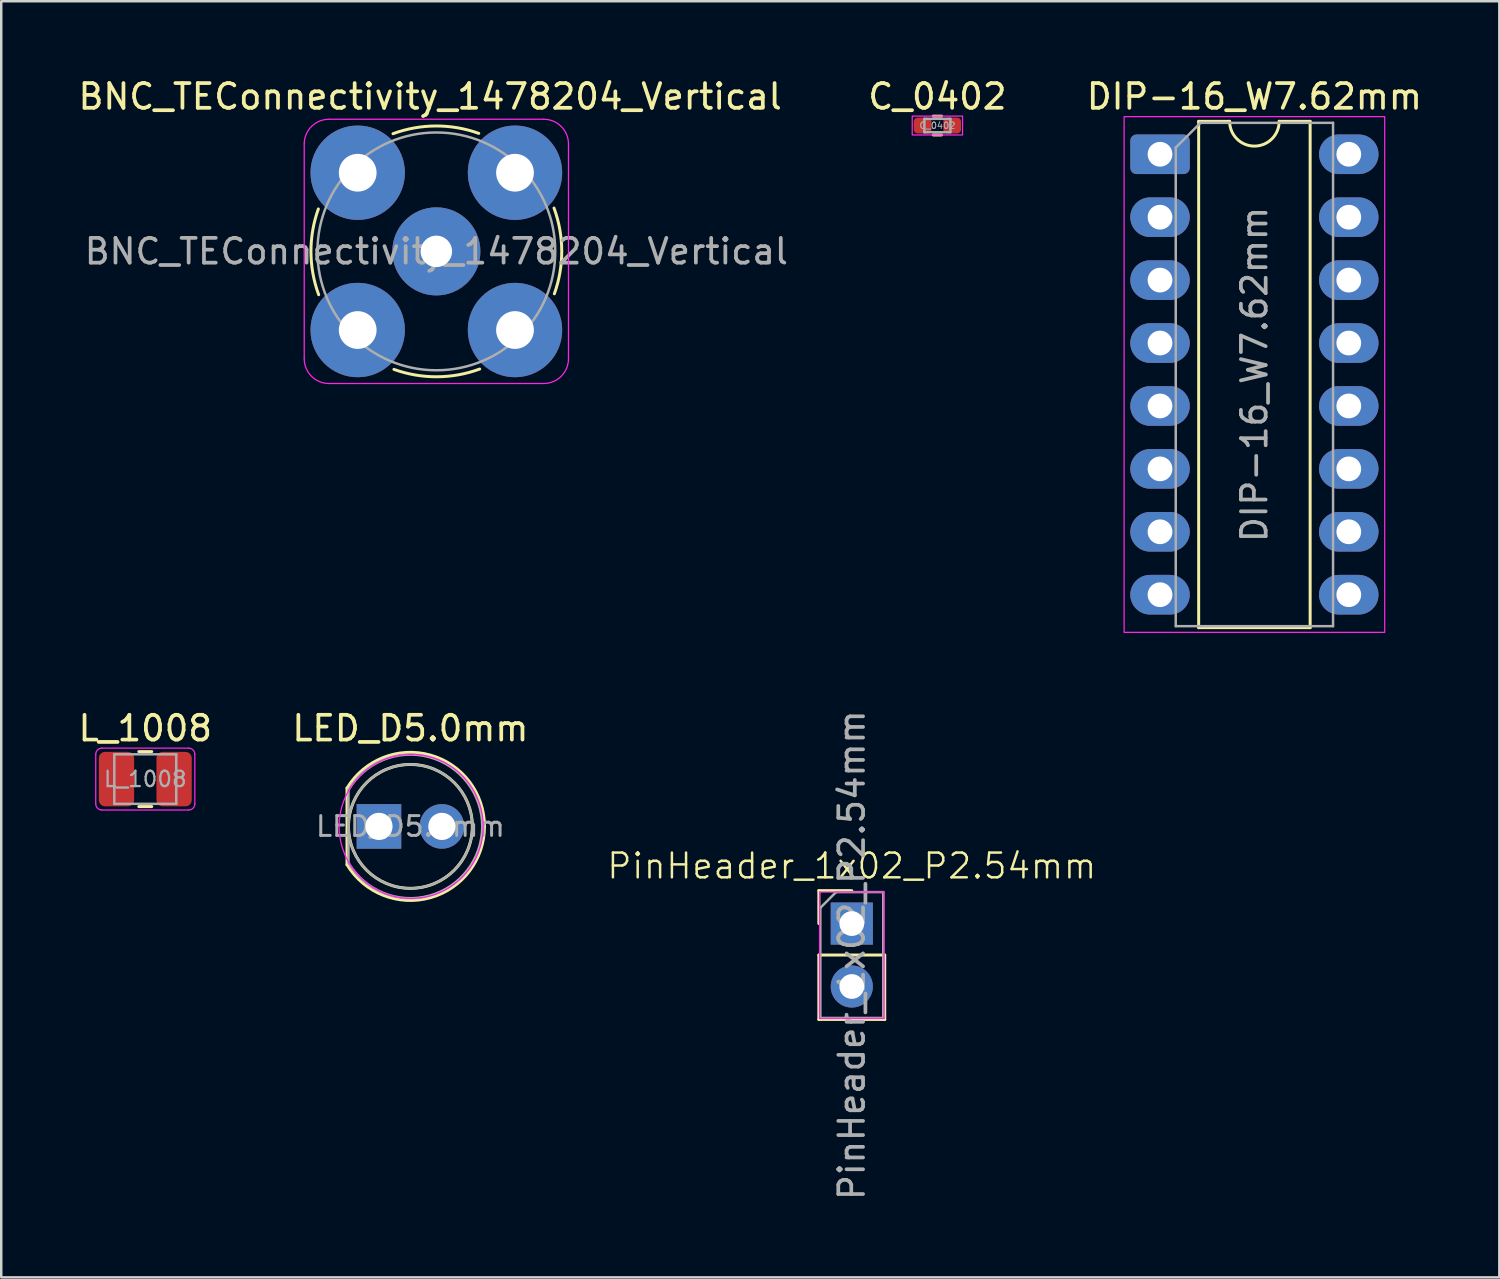
<source format=kicad_pcb>
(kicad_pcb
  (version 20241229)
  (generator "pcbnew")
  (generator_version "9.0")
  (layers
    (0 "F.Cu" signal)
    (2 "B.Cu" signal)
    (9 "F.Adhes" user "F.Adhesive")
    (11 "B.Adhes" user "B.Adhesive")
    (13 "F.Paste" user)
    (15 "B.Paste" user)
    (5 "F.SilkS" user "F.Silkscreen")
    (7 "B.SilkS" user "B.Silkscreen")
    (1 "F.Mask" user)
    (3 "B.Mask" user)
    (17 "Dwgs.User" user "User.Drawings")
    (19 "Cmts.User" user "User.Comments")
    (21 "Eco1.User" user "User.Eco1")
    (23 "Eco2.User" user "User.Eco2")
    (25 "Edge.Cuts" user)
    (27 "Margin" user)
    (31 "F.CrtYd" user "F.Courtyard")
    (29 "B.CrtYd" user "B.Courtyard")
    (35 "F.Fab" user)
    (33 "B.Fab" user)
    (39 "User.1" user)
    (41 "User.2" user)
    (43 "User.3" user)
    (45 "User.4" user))
  (footprint "LED_D5.0mm"
    (layer "F.Cu")
    (at 12.248 30.311)
    (property "Reference" "LED_D5.0mm" (at 1.27 -3.96 0) (layer "F.SilkS") (effects (font (size 1 1) (thickness 0.15))))
    (attr through_hole)
    (fp_line (start -1.29 -1.545) (end -1.29 1.545) (stroke (width 0.12) (type solid)) (layer "F.SilkS"))
    (fp_arc (start -1.29 -1.54483) (mid 2.071779 -2.880495) (end 4.26 0) (stroke (width 0.12) (type solid)) (layer "F.SilkS"))
    (fp_arc (start 4.26 0) (mid 2.071779 2.880495) (end -1.29 1.54483) (stroke (width 0.12) (type solid)) (layer "F.SilkS"))
    (fp_circle (center 1.27 0) (end 3.77 0) (stroke (width 0.12) (type solid)) (fill no) (layer "F.SilkS"))
    (fp_circle (center 1.3 0) (end 3.5 1.9) (stroke (width 0.05) (type default)) (fill no) (layer "F.CrtYd"))
    (fp_line (start -1.23 -1.47) (end -1.23 1.47) (stroke (width 0.1) (type solid)) (layer "F.Fab"))
    (fp_arc (start -1.23 -1.469694) (mid 4.17 0) (end -1.23 1.469694) (stroke (width 0.1) (type solid)) (layer "F.Fab"))
    (fp_circle (center 1.27 0) (end 3.77 0) (stroke (width 0.1) (type solid)) (fill no) (layer "F.Fab"))
    (fp_text user "${REFERENCE}" (at 1.27 0 0) (layer "F.Fab") (effects (font (size 0.8 0.8) (thickness 0.12))))
    (pad "1" thru_hole rect (at 0 0) (size 1.8 1.8) (drill 1.1) (layers "*.Cu" "*.Mask"))
    (pad "2" thru_hole circle (at 2.54 0) (size 1.8 1.8) (drill 1.1) (layers "*.Cu" "*.Mask")))
  (footprint "L_1008"
    (layer "F.Cu")
    (at 2.815 28.401)
    (property "Reference" "L_1008" (at 0 -2.05 0) (layer "F.SilkS") (effects (font (size 1 1) (thickness 0.15))))
    (attr smd)
    (fp_line (start -0.261 -1.11) (end 0.261 -1.11) (stroke (width 0.12) (type solid)) (layer "F.SilkS"))
    (fp_line (start -0.261 1.11) (end 0.261 1.11) (stroke (width 0.12) (type solid)) (layer "F.SilkS"))
    (fp_line (start -2 1) (end -2 -1) (stroke (width 0.05) (type default)) (layer "F.CrtYd"))
    (fp_line (start -1.75 -1.25) (end 1.75 -1.25) (stroke (width 0.05) (type default)) (layer "F.CrtYd"))
    (fp_line (start 1.75 1.25) (end -1.75 1.25) (stroke (width 0.05) (type default)) (layer "F.CrtYd"))
    (fp_line (start 2 -1) (end 2 1) (stroke (width 0.05) (type default)) (layer "F.CrtYd"))
    (fp_arc (start -2 -1) (mid -1.926777 -1.176777) (end -1.75 -1.25) (stroke (width 0.05) (type default)) (layer "F.CrtYd"))
    (fp_arc (start -1.75 1.25) (mid -1.926777 1.176777) (end -2 1) (stroke (width 0.05) (type default)) (layer "F.CrtYd"))
    (fp_arc (start 1.75 -1.25) (mid 1.926777 -1.176777) (end 2 -1) (stroke (width 0.05) (type default)) (layer "F.CrtYd"))
    (fp_arc (start 2 1) (mid 1.926777 1.176777) (end 1.75 1.25) (stroke (width 0.05) (type default)) (layer "F.CrtYd"))
    (fp_line (start -1.25 -1) (end 1.25 -1) (stroke (width 0.1) (type solid)) (layer "F.Fab"))
    (fp_line (start -1.25 1) (end -1.25 -1) (stroke (width 0.1) (type solid)) (layer "F.Fab"))
    (fp_line (start 1.25 -1) (end 1.25 1) (stroke (width 0.1) (type solid)) (layer "F.Fab"))
    (fp_line (start 1.25 1) (end -1.25 1) (stroke (width 0.1) (type solid)) (layer "F.Fab"))
    (fp_text user "${REFERENCE}" (at 0 0 0) (layer "F.Fab") (effects (font (size 0.62 0.62) (thickness 0.09))))
    (pad "1" smd roundrect (at -1.163 0) (size 1.425 2.2) (layers "F.Cu" "F.Mask" "F.Paste") (roundrect_rratio 0.175))
    (pad "2" smd roundrect (at 1.163 0) (size 1.425 2.2) (layers "F.Cu" "F.Mask" "F.Paste") (roundrect_rratio 0.175)))
  (footprint "DIP-16_W7.62mm"
    (layer "F.Cu")
    (at 43.779 3.178)
    (property "Reference" "DIP-16_W7.62mm" (at 3.81 -2.33 0) (layer "F.SilkS") (effects (font (size 1 1) (thickness 0.15))))
    (attr through_hole)
    (fp_line (start 1.56 -1.33) (end 1.56 19.11) (stroke (width 0.12) (type solid)) (layer "F.SilkS"))
    (fp_line (start 1.56 19.11) (end 6.06 19.11) (stroke (width 0.12) (type solid)) (layer "F.SilkS"))
    (fp_line (start 2.81 -1.33) (end 1.56 -1.33) (stroke (width 0.12) (type solid)) (layer "F.SilkS"))
    (fp_line (start 6.06 -1.33) (end 4.81 -1.33) (stroke (width 0.12) (type solid)) (layer "F.SilkS"))
    (fp_line (start 6.06 19.11) (end 6.06 -1.33) (stroke (width 0.12) (type solid)) (layer "F.SilkS"))
    (fp_arc (start 4.81 -1.33) (mid 3.81 -0.33) (end 2.81 -1.33) (stroke (width 0.12) (type solid)) (layer "F.SilkS"))
    (fp_rect (start -1.45 -1.52) (end 9.07 19.3) (stroke (width 0.05) (type solid)) (fill no) (layer "F.CrtYd"))
    (fp_line (start 0.635 -0.27) (end 1.635 -1.27) (stroke (width 0.1) (type solid)) (layer "F.Fab"))
    (fp_line (start 0.635 19.05) (end 0.635 -0.27) (stroke (width 0.1) (type solid)) (layer "F.Fab"))
    (fp_line (start 1.635 -1.27) (end 6.985 -1.27) (stroke (width 0.1) (type solid)) (layer "F.Fab"))
    (fp_line (start 6.985 -1.27) (end 6.985 19.05) (stroke (width 0.1) (type solid)) (layer "F.Fab"))
    (fp_line (start 6.985 19.05) (end 0.635 19.05) (stroke (width 0.1) (type solid)) (layer "F.Fab"))
    (fp_text user "${REFERENCE}" (at 3.81 8.89 90) (layer "F.Fab") (effects (font (size 1 1) (thickness 0.15))))
    (pad "1" thru_hole roundrect (at 0 0) (size 2.4 1.6) (drill 1) (layers "*.Cu" "*.Mask") (roundrect_rratio 0.156))
    (pad "2" thru_hole oval (at 0 2.54) (size 2.4 1.6) (drill 1) (layers "*.Cu" "*.Mask"))
    (pad "3" thru_hole oval (at 0 5.08) (size 2.4 1.6) (drill 1) (layers "*.Cu" "*.Mask"))
    (pad "4" thru_hole oval (at 0 7.62) (size 2.4 1.6) (drill 1) (layers "*.Cu" "*.Mask"))
    (pad "5" thru_hole oval (at 0 10.16) (size 2.4 1.6) (drill 1) (layers "*.Cu" "*.Mask"))
    (pad "6" thru_hole oval (at 0 12.7) (size 2.4 1.6) (drill 1) (layers "*.Cu" "*.Mask"))
    (pad "7" thru_hole oval (at 0 15.24) (size 2.4 1.6) (drill 1) (layers "*.Cu" "*.Mask"))
    (pad "8" thru_hole oval (at 0 17.78) (size 2.4 1.6) (drill 1) (layers "*.Cu" "*.Mask"))
    (pad "9" thru_hole oval (at 7.62 17.78) (size 2.4 1.6) (drill 1) (layers "*.Cu" "*.Mask"))
    (pad "10" thru_hole oval (at 7.62 15.24) (size 2.4 1.6) (drill 1) (layers "*.Cu" "*.Mask"))
    (pad "11" thru_hole oval (at 7.62 12.7) (size 2.4 1.6) (drill 1) (layers "*.Cu" "*.Mask"))
    (pad "12" thru_hole oval (at 7.62 10.16) (size 2.4 1.6) (drill 1) (layers "*.Cu" "*.Mask"))
    (pad "13" thru_hole oval (at 7.62 7.62) (size 2.4 1.6) (drill 1) (layers "*.Cu" "*.Mask"))
    (pad "14" thru_hole oval (at 7.62 5.08) (size 2.4 1.6) (drill 1) (layers "*.Cu" "*.Mask"))
    (pad "15" thru_hole oval (at 7.62 2.54) (size 2.4 1.6) (drill 1) (layers "*.Cu" "*.Mask"))
    (pad "16" thru_hole oval (at 7.62 0) (size 2.4 1.6) (drill 1) (layers "*.Cu" "*.Mask")))
  (footprint "C_0402"
    (layer "F.Cu")
    (at 34.792 2.018)
    (property "Reference" "C_0402" (at 0 -1.17 0) (layer "F.SilkS") (effects (font (size 1 1) (thickness 0.15))))
    (attr smd)
    (fp_line (start -0.168 -0.38) (end 0.168 -0.38) (stroke (width 0.12) (type solid)) (layer "F.SilkS"))
    (fp_line (start -0.168 0.38) (end 0.168 0.38) (stroke (width 0.12) (type solid)) (layer "F.SilkS"))
    (fp_rect (start -1.016 -0.381) (end 1.016 0.381) (stroke (width 0.05) (type default)) (fill no) (layer "F.CrtYd"))
    (fp_line (start -0.525 -0.27) (end 0.525 -0.27) (stroke (width 0.1) (type solid)) (layer "F.Fab"))
    (fp_line (start -0.525 0.27) (end -0.525 -0.27) (stroke (width 0.1) (type solid)) (layer "F.Fab"))
    (fp_line (start 0.525 -0.27) (end 0.525 0.27) (stroke (width 0.1) (type solid)) (layer "F.Fab"))
    (fp_line (start 0.525 0.27) (end -0.525 0.27) (stroke (width 0.1) (type solid)) (layer "F.Fab"))
    (fp_text user "${REFERENCE}" (at 0 0 0) (layer "F.Fab") (effects (font (size 0.26 0.26) (thickness 0.04))))
    (pad "1" smd roundrect (at -0.598 0) (size 0.715 0.64) (layers "F.Cu" "F.Mask" "F.Paste") (roundrect_rratio 0.25))
    (pad "2" smd roundrect (at 0.598 0) (size 0.715 0.64) (layers "F.Cu" "F.Mask" "F.Paste") (roundrect_rratio 0.25)))
  (footprint "PinHeader_1x02_P2.54mm"
    (layer "F.Cu")
    (at 31.336 35.509)
    (property "Reference" "PinHeader_1x02_P2.54mm" (at 0 -3.6 0) (unlocked yes) (layer "F.SilkS") (effects (font (size 1 1) (thickness 0.1))))
    (attr through_hole)
    (fp_line (start -1.33 -2.605) (end 0 -2.605) (stroke (width 0.12) (type solid)) (layer "F.SilkS"))
    (fp_line (start -1.33 -1.275) (end -1.33 -2.605) (stroke (width 0.12) (type solid)) (layer "F.SilkS"))
    (fp_line (start -1.33 -0.005) (end -1.33 2.595) (stroke (width 0.12) (type solid)) (layer "F.SilkS"))
    (fp_line (start -1.33 -0.005) (end 1.33 -0.005) (stroke (width 0.12) (type solid)) (layer "F.SilkS"))
    (fp_line (start -1.33 2.595) (end 1.33 2.595) (stroke (width 0.12) (type solid)) (layer "F.SilkS"))
    (fp_line (start 1.33 -0.005) (end 1.33 2.595) (stroke (width 0.12) (type solid)) (layer "F.SilkS"))
    (fp_line (start -1.3 -2.55) (end -1.3 2.55) (stroke (width 0.05) (type solid)) (layer "F.CrtYd"))
    (fp_line (start -1.3 2.55) (end 1.3 2.55) (stroke (width 0.05) (type solid)) (layer "F.CrtYd"))
    (fp_line (start 1.3 -2.55) (end -1.3 -2.55) (stroke (width 0.05) (type solid)) (layer "F.CrtYd"))
    (fp_line (start 1.3 2.55) (end 1.3 -2.55) (stroke (width 0.05) (type solid)) (layer "F.CrtYd"))
    (fp_line (start -1.27 -1.91) (end -0.635 -2.545) (stroke (width 0.1) (type solid)) (layer "F.Fab"))
    (fp_line (start -1.27 2.535) (end -1.27 -1.91) (stroke (width 0.1) (type solid)) (layer "F.Fab"))
    (fp_line (start -0.635 -2.545) (end 1.27 -2.545) (stroke (width 0.1) (type solid)) (layer "F.Fab"))
    (fp_line (start 1.27 -2.545) (end 1.27 2.535) (stroke (width 0.1) (type solid)) (layer "F.Fab"))
    (fp_line (start 1.27 2.535) (end -1.27 2.535) (stroke (width 0.1) (type solid)) (layer "F.Fab"))
    (fp_text user "${REFERENCE}" (at 0 0 90) (unlocked yes) (layer "F.Fab") (effects (font (size 1 1) (thickness 0.15))))
    (pad "1" thru_hole rect (at 0 -1.275) (size 1.7 1.7) (drill 1) (layers "*.Cu" "*.Mask"))
    (pad "2" thru_hole oval (at 0 1.265) (size 1.7 1.7) (drill 1) (layers "*.Cu" "*.Mask")))
  (footprint "BNC_TEConnectivity_1478204_Vertical"
    (layer "F.Cu")
    (at 14.565 7.098)
    (property "Reference" "BNC_TEConnectivity_1478204_Vertical" (at -0.25 -6.25 0) (layer "F.SilkS") (effects (font (size 1 1) (thickness 0.15))))
    (attr through_hole)
    (fp_arc (start -4.75 1.75) (mid -5.062075 0.019867) (end -4.763589 -1.712663) (stroke (width 0.12) (type solid)) (layer "F.SilkS"))
    (fp_arc (start -1.75 -4.75) (mid -0.019867 -5.062075) (end 1.712663 -4.763589) (stroke (width 0.12) (type solid)) (layer "F.SilkS"))
    (fp_arc (start 1.75 4.75) (mid 0.019867 5.062075) (end -1.712663 4.763589) (stroke (width 0.12) (type solid)) (layer "F.SilkS"))
    (fp_arc (start 4.75 -1.75) (mid 5.062075 -0.019867) (end 4.763589 1.712663) (stroke (width 0.12) (type solid)) (layer "F.SilkS"))
    (fp_line (start -5.334 4.334) (end -5.334 -4.334) (stroke (width 0.05) (type default)) (layer "F.CrtYd"))
    (fp_line (start -4.334 -5.334) (end 4.334 -5.334) (stroke (width 0.05) (type default)) (layer "F.CrtYd"))
    (fp_line (start 4.334 5.334) (end -4.334 5.334) (stroke (width 0.05) (type default)) (layer "F.CrtYd"))
    (fp_line (start 5.334 -4.334) (end 5.334 4.334) (stroke (width 0.05) (type default)) (layer "F.CrtYd"))
    (fp_arc (start -5.334 -4.334) (mid -5.041107 -5.041107) (end -4.334 -5.334) (stroke (width 0.05) (type default)) (layer "F.CrtYd"))
    (fp_arc (start -4.334 5.334) (mid -5.041107 5.041107) (end -5.334 4.334) (stroke (width 0.05) (type default)) (layer "F.CrtYd"))
    (fp_arc (start 4.334 -5.334) (mid 5.041107 -5.041107) (end 5.334 -4.334) (stroke (width 0.05) (type default)) (layer "F.CrtYd"))
    (fp_arc (start 5.334 4.334) (mid 5.041107 5.041107) (end 4.334 5.334) (stroke (width 0.05) (type default)) (layer "F.CrtYd"))
    (fp_circle (center 0 0) (end 4.8 0) (stroke (width 0.1) (type solid)) (fill no) (layer "F.Fab"))
    (fp_text user "${REFERENCE}" (at 0 0 0) (layer "F.Fab") (effects (font (size 1 1) (thickness 0.15))))
    (pad "1" thru_hole circle (at 0 0) (size 3.556 3.556) (drill 1.27) (layers "*.Cu" "*.Mask"))
    (pad "2" thru_hole circle (at -3.175 -3.175) (size 3.81 3.81) (drill 1.524) (layers "*.Cu" "*.Mask"))
    (pad "2" thru_hole circle (at -3.175 3.175) (size 3.81 3.81) (drill 1.524) (layers "*.Cu" "*.Mask"))
    (pad "2" thru_hole circle (at 3.175 -3.175) (size 3.81 3.81) (drill 1.524) (layers "*.Cu" "*.Mask"))
    (pad "2" thru_hole circle (at 3.175 3.175) (size 3.81 3.81) (drill 1.524) (layers "*.Cu" "*.Mask")))
  (gr_rect
    (start -3 -3)
    (end 57.476 48.515)
    (stroke (width 0.1) (type default))
    (fill no)
    (layer "Edge.Cuts")))
</source>
